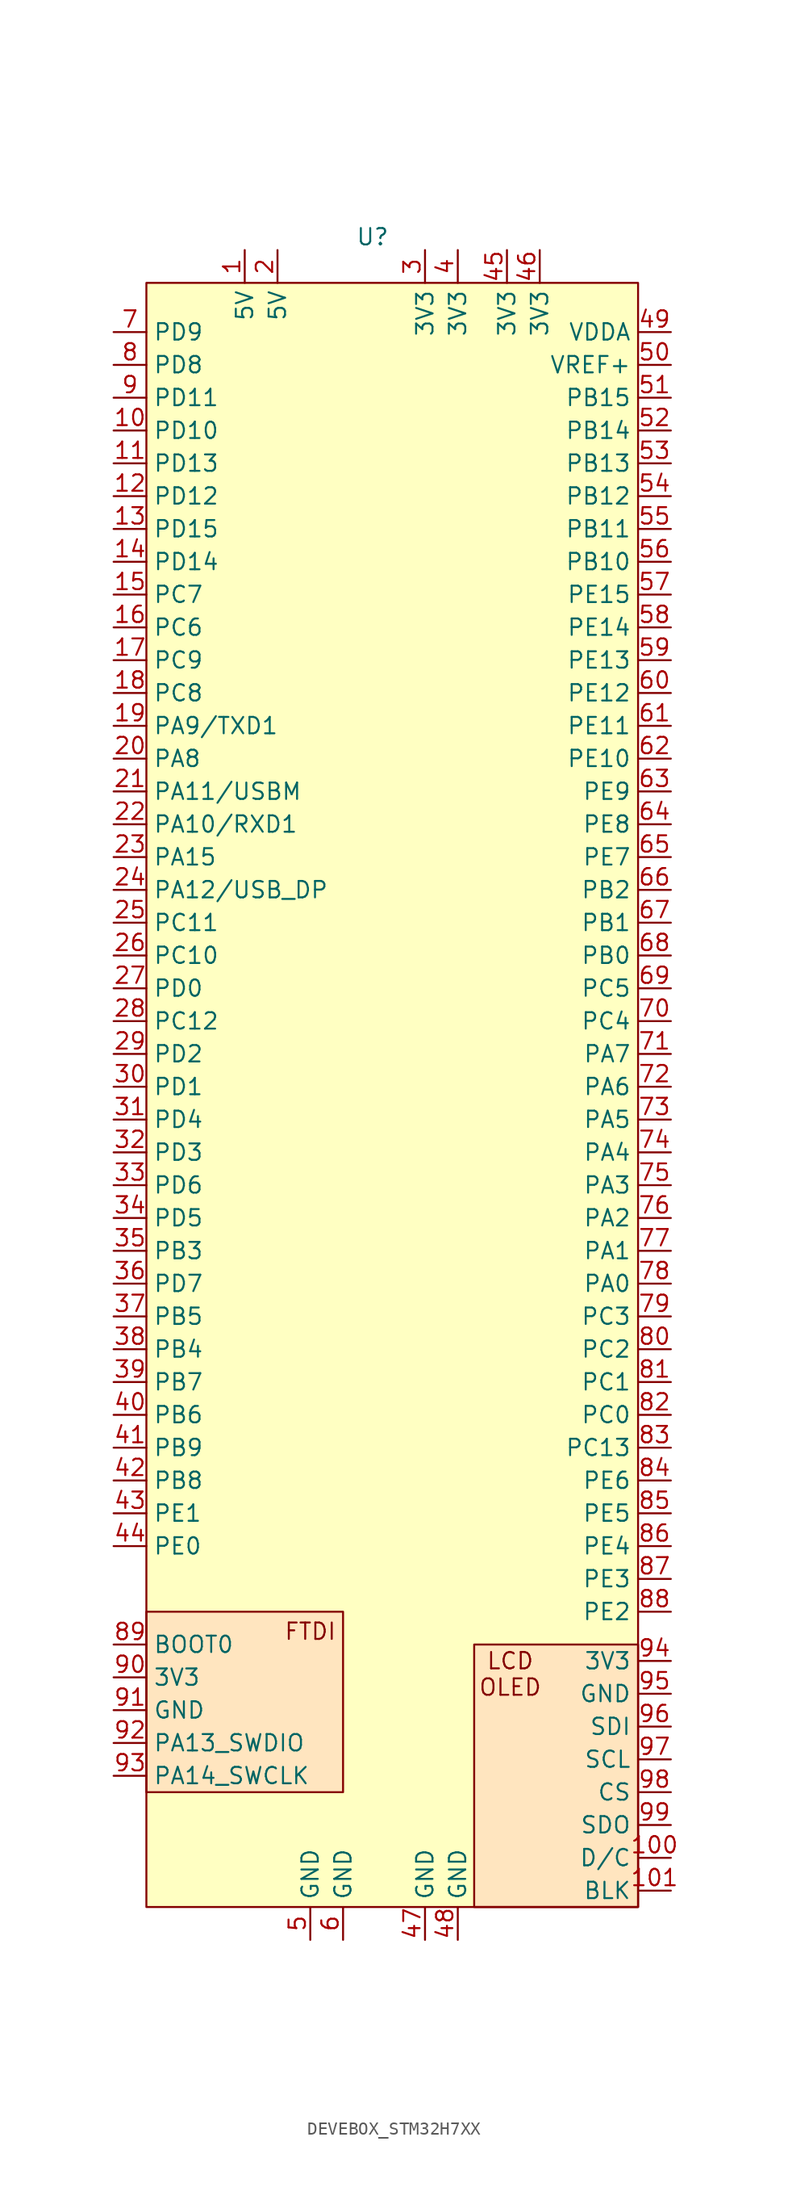
<source format=kicad_sym>
(kicad_symbol_lib
  (version 20241209)
  (generator "kicad_symbol_editor")
  (generator_version "9.0")
  (symbol "DEVEBOX_STM32H7XX"
    (property "Reference" "U"
      (at -0.254 1.016 0)
      (effects (font (size 1.27 1.27))))
    (property "Value" ""
      (at 0 0 0)
      (effects (font (size 1.27 1.27))))
    (symbol "DEVEBOX_STM32H7XX_1_1"
      (rectangle (start -17.78 -2.54) (end 20.32 -128.27) (stroke (width 0) (type solid)) (fill (type color) (color 255 255 194 1)))
      (rectangle (start -17.78 -105.41) (end -2.54 -119.38) (stroke (width 0) (type solid)) (fill (type color) (color 255 229 191 1)))
      (rectangle (start 7.62 -107.95) (end 20.32 -128.27) (stroke (width 0) (type solid)) (fill (type color) (color 255 229 191 1)))
      (text "FTDI\n" (at -5.08 -106.934 0) (effects (font (size 1.27 1.27))))
      (text "LCD\nOLED\n" (at 10.414 -110.236 0) (effects (font (size 1.27 1.27))))
      (pin input line (at -20.32 -6.35 0) (length 2.54) (name "PD9" (effects (font (size 1.27 1.27)))) (number "7" (effects (font (size 1.27 1.27)))))
      (pin input line (at -20.32 -8.89 0) (length 2.54) (name "PD8" (effects (font (size 1.27 1.27)))) (number "8" (effects (font (size 1.27 1.27)))))
      (pin input line (at -20.32 -11.43 0) (length 2.54) (name "PD11" (effects (font (size 1.27 1.27)))) (number "9" (effects (font (size 1.27 1.27)))))
      (pin input line (at -20.32 -13.97 0) (length 2.54) (name "PD10" (effects (font (size 1.27 1.27)))) (number "10" (effects (font (size 1.27 1.27)))))
      (pin input line (at -20.32 -16.51 0) (length 2.54) (name "PD13" (effects (font (size 1.27 1.27)))) (number "11" (effects (font (size 1.27 1.27)))))
      (pin input line (at -20.32 -19.05 0) (length 2.54) (name "PD12" (effects (font (size 1.27 1.27)))) (number "12" (effects (font (size 1.27 1.27)))))
      (pin input line (at -20.32 -21.59 0) (length 2.54) (name "PD15" (effects (font (size 1.27 1.27)))) (number "13" (effects (font (size 1.27 1.27)))))
      (pin input line (at -20.32 -24.13 0) (length 2.54) (name "PD14" (effects (font (size 1.27 1.27)))) (number "14" (effects (font (size 1.27 1.27)))))
      (pin input line (at -20.32 -26.67 0) (length 2.54) (name "PC7" (effects (font (size 1.27 1.27)))) (number "15" (effects (font (size 1.27 1.27)))))
      (pin input line (at -20.32 -29.21 0) (length 2.54) (name "PC6" (effects (font (size 1.27 1.27)))) (number "16" (effects (font (size 1.27 1.27)))))
      (pin input line (at -20.32 -31.75 0) (length 2.54) (name "PC9" (effects (font (size 1.27 1.27)))) (number "17" (effects (font (size 1.27 1.27)))))
      (pin input line (at -20.32 -34.29 0) (length 2.54) (name "PC8" (effects (font (size 1.27 1.27)))) (number "18" (effects (font (size 1.27 1.27)))))
      (pin input line (at -20.32 -36.83 0) (length 2.54) (name "PA9/TXD1" (effects (font (size 1.27 1.27)))) (number "19" (effects (font (size 1.27 1.27)))))
      (pin input line (at -20.32 -39.37 0) (length 2.54) (name "PA8" (effects (font (size 1.27 1.27)))) (number "20" (effects (font (size 1.27 1.27)))))
      (pin input line (at -20.32 -41.91 0) (length 2.54) (name "PA11/USBM" (effects (font (size 1.27 1.27)))) (number "21" (effects (font (size 1.27 1.27)))))
      (pin input line (at -20.32 -44.45 0) (length 2.54) (name "PA10/RXD1" (effects (font (size 1.27 1.27)))) (number "22" (effects (font (size 1.27 1.27)))))
      (pin input line (at -20.32 -46.99 0) (length 2.54) (name "PA15" (effects (font (size 1.27 1.27)))) (number "23" (effects (font (size 1.27 1.27)))))
      (pin input line (at -20.32 -49.53 0) (length 2.54) (name "PA12/USB_DP" (effects (font (size 1.27 1.27)))) (number "24" (effects (font (size 1.27 1.27)))))
      (pin input line (at -20.32 -52.07 0) (length 2.54) (name "PC11" (effects (font (size 1.27 1.27)))) (number "25" (effects (font (size 1.27 1.27)))))
      (pin input line (at -20.32 -54.61 0) (length 2.54) (name "PC10" (effects (font (size 1.27 1.27)))) (number "26" (effects (font (size 1.27 1.27)))))
      (pin input line (at -20.32 -57.15 0) (length 2.54) (name "PD0" (effects (font (size 1.27 1.27)))) (number "27" (effects (font (size 1.27 1.27)))))
      (pin input line (at -20.32 -59.69 0) (length 2.54) (name "PC12" (effects (font (size 1.27 1.27)))) (number "28" (effects (font (size 1.27 1.27)))))
      (pin input line (at -20.32 -62.23 0) (length 2.54) (name "PD2" (effects (font (size 1.27 1.27)))) (number "29" (effects (font (size 1.27 1.27)))))
      (pin input line (at -20.32 -64.77 0) (length 2.54) (name "PD1" (effects (font (size 1.27 1.27)))) (number "30" (effects (font (size 1.27 1.27)))))
      (pin input line (at -20.32 -67.31 0) (length 2.54) (name "PD4" (effects (font (size 1.27 1.27)))) (number "31" (effects (font (size 1.27 1.27)))))
      (pin input line (at -20.32 -69.85 0) (length 2.54) (name "PD3" (effects (font (size 1.27 1.27)))) (number "32" (effects (font (size 1.27 1.27)))))
      (pin input line (at -20.32 -72.39 0) (length 2.54) (name "PD6" (effects (font (size 1.27 1.27)))) (number "33" (effects (font (size 1.27 1.27)))))
      (pin input line (at -20.32 -74.93 0) (length 2.54) (name "PD5" (effects (font (size 1.27 1.27)))) (number "34" (effects (font (size 1.27 1.27)))))
      (pin input line (at -20.32 -77.47 0) (length 2.54) (name "PB3" (effects (font (size 1.27 1.27)))) (number "35" (effects (font (size 1.27 1.27)))))
      (pin input line (at -20.32 -80.01 0) (length 2.54) (name "PD7" (effects (font (size 1.27 1.27)))) (number "36" (effects (font (size 1.27 1.27)))))
      (pin input line (at -20.32 -82.55 0) (length 2.54) (name "PB5" (effects (font (size 1.27 1.27)))) (number "37" (effects (font (size 1.27 1.27)))))
      (pin input line (at -20.32 -85.09 0) (length 2.54) (name "PB4" (effects (font (size 1.27 1.27)))) (number "38" (effects (font (size 1.27 1.27)))))
      (pin input line (at -20.32 -87.63 0) (length 2.54) (name "PB7" (effects (font (size 1.27 1.27)))) (number "39" (effects (font (size 1.27 1.27)))))
      (pin input line (at -20.32 -90.17 0) (length 2.54) (name "PB6" (effects (font (size 1.27 1.27)))) (number "40" (effects (font (size 1.27 1.27)))))
      (pin input line (at -20.32 -92.71 0) (length 2.54) (name "PB9" (effects (font (size 1.27 1.27)))) (number "41" (effects (font (size 1.27 1.27)))))
      (pin input line (at -20.32 -95.25 0) (length 2.54) (name "PB8" (effects (font (size 1.27 1.27)))) (number "42" (effects (font (size 1.27 1.27)))))
      (pin input line (at -20.32 -97.79 0) (length 2.54) (name "PE1" (effects (font (size 1.27 1.27)))) (number "43" (effects (font (size 1.27 1.27)))))
      (pin input line (at -20.32 -100.33 0) (length 2.54) (name "PE0" (effects (font (size 1.27 1.27)))) (number "44" (effects (font (size 1.27 1.27)))))
      (pin input line (at -20.32 -107.95 0) (length 2.54) (name "BOOT0" (effects (font (size 1.27 1.27)))) (number "89" (effects (font (size 1.27 1.27)))))
      (pin input line (at -20.32 -110.49 0) (length 2.54) (name "3V3" (effects (font (size 1.27 1.27)))) (number "90" (effects (font (size 1.27 1.27)))))
      (pin input line (at -20.32 -113.03 0) (length 2.54) (name "GND" (effects (font (size 1.27 1.27)))) (number "91" (effects (font (size 1.27 1.27)))))
      (pin input line (at -20.32 -115.57 0) (length 2.54) (name "PA13_SWDIO" (effects (font (size 1.27 1.27)))) (number "92" (effects (font (size 1.27 1.27)))))
      (pin input line (at -20.32 -118.11 0) (length 2.54) (name "PA14_SWCLK" (effects (font (size 1.27 1.27)))) (number "93" (effects (font (size 1.27 1.27)))))
      (pin power_in line (at -10.16 0 270) (length 2.54) (name "5V" (effects (font (size 1.27 1.27)))) (number "1" (effects (font (size 1.27 1.27)))))
      (pin power_in line (at -7.62 0 270) (length 2.54) (name "5V" (effects (font (size 1.27 1.27)))) (number "2" (effects (font (size 1.27 1.27)))))
      (pin power_in line (at -5.08 -130.81 90) (length 2.54) (name "GND" (effects (font (size 1.27 1.27)))) (number "5" (effects (font (size 1.27 1.27)))))
      (pin power_in line (at -2.54 -130.81 90) (length 2.54) (name "GND" (effects (font (size 1.27 1.27)))) (number "6" (effects (font (size 1.27 1.27)))))
      (pin power_in line (at 3.81 0 270) (length 2.54) (name "3V3" (effects (font (size 1.27 1.27)))) (number "3" (effects (font (size 1.27 1.27)))))
      (pin input line (at 3.81 -130.81 90) (length 2.54) (name "GND" (effects (font (size 1.27 1.27)))) (number "47" (effects (font (size 1.27 1.27)))))
      (pin power_in line (at 6.35 0 270) (length 2.54) (name "3V3" (effects (font (size 1.27 1.27)))) (number "4" (effects (font (size 1.27 1.27)))))
      (pin input line (at 6.35 -130.81 90) (length 2.54) (name "GND" (effects (font (size 1.27 1.27)))) (number "48" (effects (font (size 1.27 1.27)))))
      (pin input line (at 10.16 0 270) (length 2.54) (name "3V3" (effects (font (size 1.27 1.27)))) (number "45" (effects (font (size 1.27 1.27)))))
      (pin input line (at 12.7 0 270) (length 2.54) (name "3V3" (effects (font (size 1.27 1.27)))) (number "46" (effects (font (size 1.27 1.27)))))
      (pin input line (at 22.86 -6.35 180) (length 2.54) (name "VDDA" (effects (font (size 1.27 1.27)))) (number "49" (effects (font (size 1.27 1.27)))))
      (pin input line (at 22.86 -8.89 180) (length 2.54) (name "VREF+" (effects (font (size 1.27 1.27)))) (number "50" (effects (font (size 1.27 1.27)))))
      (pin input line (at 22.86 -11.43 180) (length 2.54) (name "PB15" (effects (font (size 1.27 1.27)))) (number "51" (effects (font (size 1.27 1.27)))))
      (pin input line (at 22.86 -13.97 180) (length 2.54) (name "PB14" (effects (font (size 1.27 1.27)))) (number "52" (effects (font (size 1.27 1.27)))))
      (pin input line (at 22.86 -16.51 180) (length 2.54) (name "PB13" (effects (font (size 1.27 1.27)))) (number "53" (effects (font (size 1.27 1.27)))))
      (pin input line (at 22.86 -19.05 180) (length 2.54) (name "PB12" (effects (font (size 1.27 1.27)))) (number "54" (effects (font (size 1.27 1.27)))))
      (pin input line (at 22.86 -21.59 180) (length 2.54) (name "PB11" (effects (font (size 1.27 1.27)))) (number "55" (effects (font (size 1.27 1.27)))))
      (pin input line (at 22.86 -24.13 180) (length 2.54) (name "PB10" (effects (font (size 1.27 1.27)))) (number "56" (effects (font (size 1.27 1.27)))))
      (pin input line (at 22.86 -26.67 180) (length 2.54) (name "PE15" (effects (font (size 1.27 1.27)))) (number "57" (effects (font (size 1.27 1.27)))))
      (pin input line (at 22.86 -29.21 180) (length 2.54) (name "PE14" (effects (font (size 1.27 1.27)))) (number "58" (effects (font (size 1.27 1.27)))))
      (pin input line (at 22.86 -31.75 180) (length 2.54) (name "PE13" (effects (font (size 1.27 1.27)))) (number "59" (effects (font (size 1.27 1.27)))))
      (pin input line (at 22.86 -34.29 180) (length 2.54) (name "PE12" (effects (font (size 1.27 1.27)))) (number "60" (effects (font (size 1.27 1.27)))))
      (pin input line (at 22.86 -36.83 180) (length 2.54) (name "PE11" (effects (font (size 1.27 1.27)))) (number "61" (effects (font (size 1.27 1.27)))))
      (pin input line (at 22.86 -39.37 180) (length 2.54) (name "PE10" (effects (font (size 1.27 1.27)))) (number "62" (effects (font (size 1.27 1.27)))))
      (pin input line (at 22.86 -41.91 180) (length 2.54) (name "PE9" (effects (font (size 1.27 1.27)))) (number "63" (effects (font (size 1.27 1.27)))))
      (pin input line (at 22.86 -44.45 180) (length 2.54) (name "PE8" (effects (font (size 1.27 1.27)))) (number "64" (effects (font (size 1.27 1.27)))))
      (pin input line (at 22.86 -46.99 180) (length 2.54) (name "PE7" (effects (font (size 1.27 1.27)))) (number "65" (effects (font (size 1.27 1.27)))))
      (pin input line (at 22.86 -49.53 180) (length 2.54) (name "PB2" (effects (font (size 1.27 1.27)))) (number "66" (effects (font (size 1.27 1.27)))))
      (pin input line (at 22.86 -52.07 180) (length 2.54) (name "PB1" (effects (font (size 1.27 1.27)))) (number "67" (effects (font (size 1.27 1.27)))))
      (pin input line (at 22.86 -54.61 180) (length 2.54) (name "PB0" (effects (font (size 1.27 1.27)))) (number "68" (effects (font (size 1.27 1.27)))))
      (pin input line (at 22.86 -57.15 180) (length 2.54) (name "PC5" (effects (font (size 1.27 1.27)))) (number "69" (effects (font (size 1.27 1.27)))))
      (pin input line (at 22.86 -59.69 180) (length 2.54) (name "PC4" (effects (font (size 1.27 1.27)))) (number "70" (effects (font (size 1.27 1.27)))))
      (pin input line (at 22.86 -62.23 180) (length 2.54) (name "PA7" (effects (font (size 1.27 1.27)))) (number "71" (effects (font (size 1.27 1.27)))))
      (pin input line (at 22.86 -64.77 180) (length 2.54) (name "PA6" (effects (font (size 1.27 1.27)))) (number "72" (effects (font (size 1.27 1.27)))))
      (pin input line (at 22.86 -67.31 180) (length 2.54) (name "PA5" (effects (font (size 1.27 1.27)))) (number "73" (effects (font (size 1.27 1.27)))))
      (pin input line (at 22.86 -69.85 180) (length 2.54) (name "PA4" (effects (font (size 1.27 1.27)))) (number "74" (effects (font (size 1.27 1.27)))))
      (pin input line (at 22.86 -72.39 180) (length 2.54) (name "PA3" (effects (font (size 1.27 1.27)))) (number "75" (effects (font (size 1.27 1.27)))))
      (pin input line (at 22.86 -74.93 180) (length 2.54) (name "PA2" (effects (font (size 1.27 1.27)))) (number "76" (effects (font (size 1.27 1.27)))))
      (pin input line (at 22.86 -77.47 180) (length 2.54) (name "PA1" (effects (font (size 1.27 1.27)))) (number "77" (effects (font (size 1.27 1.27)))))
      (pin input line (at 22.86 -80.01 180) (length 2.54) (name "PA0" (effects (font (size 1.27 1.27)))) (number "78" (effects (font (size 1.27 1.27)))))
      (pin input line (at 22.86 -82.55 180) (length 2.54) (name "PC3" (effects (font (size 1.27 1.27)))) (number "79" (effects (font (size 1.27 1.27)))))
      (pin input line (at 22.86 -85.09 180) (length 2.54) (name "PC2" (effects (font (size 1.27 1.27)))) (number "80" (effects (font (size 1.27 1.27)))))
      (pin input line (at 22.86 -87.63 180) (length 2.54) (name "PC1" (effects (font (size 1.27 1.27)))) (number "81" (effects (font (size 1.27 1.27)))))
      (pin input line (at 22.86 -90.17 180) (length 2.54) (name "PC0" (effects (font (size 1.27 1.27)))) (number "82" (effects (font (size 1.27 1.27)))))
      (pin input line (at 22.86 -92.71 180) (length 2.54) (name "PC13" (effects (font (size 1.27 1.27)))) (number "83" (effects (font (size 1.27 1.27)))))
      (pin input line (at 22.86 -95.25 180) (length 2.54) (name "PE6" (effects (font (size 1.27 1.27)))) (number "84" (effects (font (size 1.27 1.27)))))
      (pin input line (at 22.86 -97.79 180) (length 2.54) (name "PE5" (effects (font (size 1.27 1.27)))) (number "85" (effects (font (size 1.27 1.27)))))
      (pin input line (at 22.86 -100.33 180) (length 2.54) (name "PE4" (effects (font (size 1.27 1.27)))) (number "86" (effects (font (size 1.27 1.27)))))
      (pin input line (at 22.86 -102.87 180) (length 2.54) (name "PE3" (effects (font (size 1.27 1.27)))) (number "87" (effects (font (size 1.27 1.27)))))
      (pin input line (at 22.86 -105.41 180) (length 2.54) (name "PE2" (effects (font (size 1.27 1.27)))) (number "88" (effects (font (size 1.27 1.27)))))
      (pin input line (at 22.86 -109.22 180) (length 2.54) (name "3V3" (effects (font (size 1.27 1.27)))) (number "94" (effects (font (size 1.27 1.27)))))
      (pin input line (at 22.86 -111.76 180) (length 2.54) (name "GND" (effects (font (size 1.27 1.27)))) (number "95" (effects (font (size 1.27 1.27)))))
      (pin input line (at 22.86 -114.3 180) (length 2.54) (name "SDI" (effects (font (size 1.27 1.27)))) (number "96" (effects (font (size 1.27 1.27)))))
      (pin input line (at 22.86 -116.84 180) (length 2.54) (name "SCL" (effects (font (size 1.27 1.27)))) (number "97" (effects (font (size 1.27 1.27)))))
      (pin input line (at 22.86 -119.38 180) (length 2.54) (name "CS" (effects (font (size 1.27 1.27)))) (number "98" (effects (font (size 1.27 1.27)))))
      (pin input line (at 22.86 -121.92 180) (length 2.54) (name "SDO" (effects (font (size 1.27 1.27)))) (number "99" (effects (font (size 1.27 1.27)))))
      (pin input line (at 22.86 -124.46 180) (length 2.54) (name "D/C" (effects (font (size 1.27 1.27)))) (number "100" (effects (font (size 1.27 1.27)))))
      (pin input line (at 22.86 -127 180) (length 2.54) (name "BLK" (effects (font (size 1.27 1.27)))) (number "101" (effects (font (size 1.27 1.27))))))))
</source>
